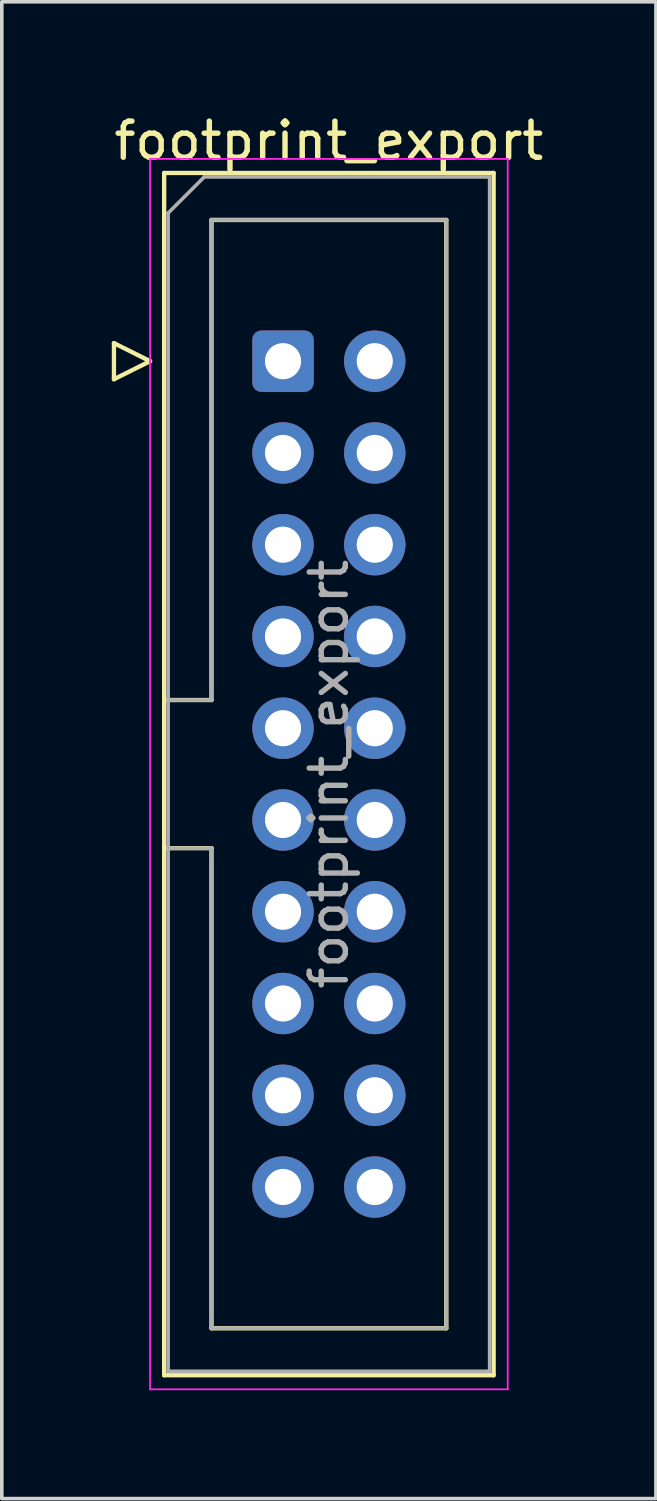
<source format=kicad_pcb>
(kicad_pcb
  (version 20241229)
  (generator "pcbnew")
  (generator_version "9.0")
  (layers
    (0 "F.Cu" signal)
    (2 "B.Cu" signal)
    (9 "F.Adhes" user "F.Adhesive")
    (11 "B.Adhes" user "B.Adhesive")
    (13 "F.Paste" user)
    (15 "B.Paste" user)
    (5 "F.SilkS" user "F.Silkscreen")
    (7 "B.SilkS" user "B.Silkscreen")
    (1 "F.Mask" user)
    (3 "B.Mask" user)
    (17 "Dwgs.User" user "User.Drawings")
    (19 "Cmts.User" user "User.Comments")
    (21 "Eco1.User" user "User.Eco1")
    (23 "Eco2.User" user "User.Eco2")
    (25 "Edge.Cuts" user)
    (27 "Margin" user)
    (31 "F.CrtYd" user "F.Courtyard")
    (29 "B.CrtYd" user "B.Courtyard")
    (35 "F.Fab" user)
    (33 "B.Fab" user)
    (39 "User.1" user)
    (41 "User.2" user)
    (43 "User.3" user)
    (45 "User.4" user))
  (footprint "footprint_export"
    (layer "F.Cu")
    (at 4.784 6.948)
    (property "Reference" "footprint_export" (at 1.27 -6.1 0) (layer "F.SilkS") (effects (font (size 1 1) (thickness 0.15))))
    (attr through_hole)
    (fp_line (start -4.68 -0.5) (end -4.68 0.5) (stroke (width 0.12) (type solid)) (layer "F.SilkS"))
    (fp_line (start -4.68 0.5) (end -3.68 0) (stroke (width 0.12) (type solid)) (layer "F.SilkS"))
    (fp_line (start -3.68 0) (end -4.68 -0.5) (stroke (width 0.12) (type solid)) (layer "F.SilkS"))
    (fp_line (start -3.29 -5.21) (end 5.83 -5.21) (stroke (width 0.12) (type solid)) (layer "F.SilkS"))
    (fp_line (start -3.29 9.38) (end -1.98 9.38) (stroke (width 0.12) (type solid)) (layer "F.SilkS"))
    (fp_line (start -3.29 28.07) (end -3.29 -5.21) (stroke (width 0.12) (type solid)) (layer "F.SilkS"))
    (fp_line (start -1.98 -3.91) (end 4.52 -3.91) (stroke (width 0.12) (type solid)) (layer "F.SilkS"))
    (fp_line (start -1.98 9.38) (end -1.98 -3.91) (stroke (width 0.12) (type solid)) (layer "F.SilkS"))
    (fp_line (start -1.98 13.48) (end -3.29 13.48) (stroke (width 0.12) (type solid)) (layer "F.SilkS"))
    (fp_line (start -1.98 13.48) (end -1.98 13.48) (stroke (width 0.12) (type solid)) (layer "F.SilkS"))
    (fp_line (start -1.98 26.77) (end -1.98 13.48) (stroke (width 0.12) (type solid)) (layer "F.SilkS"))
    (fp_line (start 4.52 -3.91) (end 4.52 26.77) (stroke (width 0.12) (type solid)) (layer "F.SilkS"))
    (fp_line (start 4.52 26.77) (end -1.98 26.77) (stroke (width 0.12) (type solid)) (layer "F.SilkS"))
    (fp_line (start 5.83 -5.21) (end 5.83 28.07) (stroke (width 0.12) (type solid)) (layer "F.SilkS"))
    (fp_line (start 5.83 28.07) (end -3.29 28.07) (stroke (width 0.12) (type solid)) (layer "F.SilkS"))
    (fp_line (start -3.68 -5.6) (end -3.68 28.46) (stroke (width 0.05) (type solid)) (layer "F.CrtYd"))
    (fp_line (start -3.68 28.46) (end 6.22 28.46) (stroke (width 0.05) (type solid)) (layer "F.CrtYd"))
    (fp_line (start 6.22 -5.6) (end -3.68 -5.6) (stroke (width 0.05) (type solid)) (layer "F.CrtYd"))
    (fp_line (start 6.22 28.46) (end 6.22 -5.6) (stroke (width 0.05) (type solid)) (layer "F.CrtYd"))
    (fp_line (start -3.18 -4.1) (end -2.18 -5.1) (stroke (width 0.1) (type solid)) (layer "F.Fab"))
    (fp_line (start -3.18 9.38) (end -1.98 9.38) (stroke (width 0.1) (type solid)) (layer "F.Fab"))
    (fp_line (start -3.18 27.96) (end -3.18 -4.1) (stroke (width 0.1) (type solid)) (layer "F.Fab"))
    (fp_line (start -2.18 -5.1) (end 5.72 -5.1) (stroke (width 0.1) (type solid)) (layer "F.Fab"))
    (fp_line (start -1.98 -3.91) (end 4.52 -3.91) (stroke (width 0.1) (type solid)) (layer "F.Fab"))
    (fp_line (start -1.98 9.38) (end -1.98 -3.91) (stroke (width 0.1) (type solid)) (layer "F.Fab"))
    (fp_line (start -1.98 13.48) (end -3.18 13.48) (stroke (width 0.1) (type solid)) (layer "F.Fab"))
    (fp_line (start -1.98 13.48) (end -1.98 13.48) (stroke (width 0.1) (type solid)) (layer "F.Fab"))
    (fp_line (start -1.98 26.77) (end -1.98 13.48) (stroke (width 0.1) (type solid)) (layer "F.Fab"))
    (fp_line (start 4.52 -3.91) (end 4.52 26.77) (stroke (width 0.1) (type solid)) (layer "F.Fab"))
    (fp_line (start 4.52 26.77) (end -1.98 26.77) (stroke (width 0.1) (type solid)) (layer "F.Fab"))
    (fp_line (start 5.72 -5.1) (end 5.72 27.96) (stroke (width 0.1) (type solid)) (layer "F.Fab"))
    (fp_line (start 5.72 27.96) (end -3.18 27.96) (stroke (width 0.1) (type solid)) (layer "F.Fab"))
    (fp_text user "${REFERENCE}" (at 1.27 11.43 90) (layer "F.Fab") (effects (font (size 1 1) (thickness 0.15))))
    (pad "1" thru_hole roundrect (at 0 0) (size 1.7 1.7) (drill 1) (layers "*.Cu" "*.Mask") (roundrect_rratio 0.147))
    (pad "2" thru_hole circle (at 2.54 0) (size 1.7 1.7) (drill 1) (layers "*.Cu" "*.Mask"))
    (pad "3" thru_hole circle (at 0 2.54) (size 1.7 1.7) (drill 1) (layers "*.Cu" "*.Mask"))
    (pad "4" thru_hole circle (at 2.54 2.54) (size 1.7 1.7) (drill 1) (layers "*.Cu" "*.Mask"))
    (pad "5" thru_hole circle (at 0 5.08) (size 1.7 1.7) (drill 1) (layers "*.Cu" "*.Mask"))
    (pad "6" thru_hole circle (at 2.54 5.08) (size 1.7 1.7) (drill 1) (layers "*.Cu" "*.Mask"))
    (pad "7" thru_hole circle (at 0 7.62) (size 1.7 1.7) (drill 1) (layers "*.Cu" "*.Mask"))
    (pad "8" thru_hole circle (at 2.54 7.62) (size 1.7 1.7) (drill 1) (layers "*.Cu" "*.Mask"))
    (pad "9" thru_hole circle (at 0 10.16) (size 1.7 1.7) (drill 1) (layers "*.Cu" "*.Mask"))
    (pad "10" thru_hole circle (at 2.54 10.16) (size 1.7 1.7) (drill 1) (layers "*.Cu" "*.Mask"))
    (pad "11" thru_hole circle (at 0 12.7) (size 1.7 1.7) (drill 1) (layers "*.Cu" "*.Mask"))
    (pad "12" thru_hole circle (at 2.54 12.7) (size 1.7 1.7) (drill 1) (layers "*.Cu" "*.Mask"))
    (pad "13" thru_hole circle (at 0 15.24) (size 1.7 1.7) (drill 1) (layers "*.Cu" "*.Mask"))
    (pad "14" thru_hole circle (at 2.54 15.24) (size 1.7 1.7) (drill 1) (layers "*.Cu" "*.Mask"))
    (pad "15" thru_hole circle (at 0 17.78) (size 1.7 1.7) (drill 1) (layers "*.Cu" "*.Mask"))
    (pad "16" thru_hole circle (at 2.54 17.78) (size 1.7 1.7) (drill 1) (layers "*.Cu" "*.Mask"))
    (pad "17" thru_hole circle (at 0 20.32) (size 1.7 1.7) (drill 1) (layers "*.Cu" "*.Mask"))
    (pad "18" thru_hole circle (at 2.54 20.32) (size 1.7 1.7) (drill 1) (layers "*.Cu" "*.Mask"))
    (pad "19" thru_hole circle (at 0 22.86) (size 1.7 1.7) (drill 1) (layers "*.Cu" "*.Mask"))
    (pad "20" thru_hole circle (at 2.54 22.86) (size 1.7 1.7) (drill 1) (layers "*.Cu" "*.Mask")))
  (gr_rect
    (start -3 -3)
    (end 15.107 38.433)
    (stroke (width 0.1) (type default))
    (fill no)
    (layer "Edge.Cuts")))
</source>
